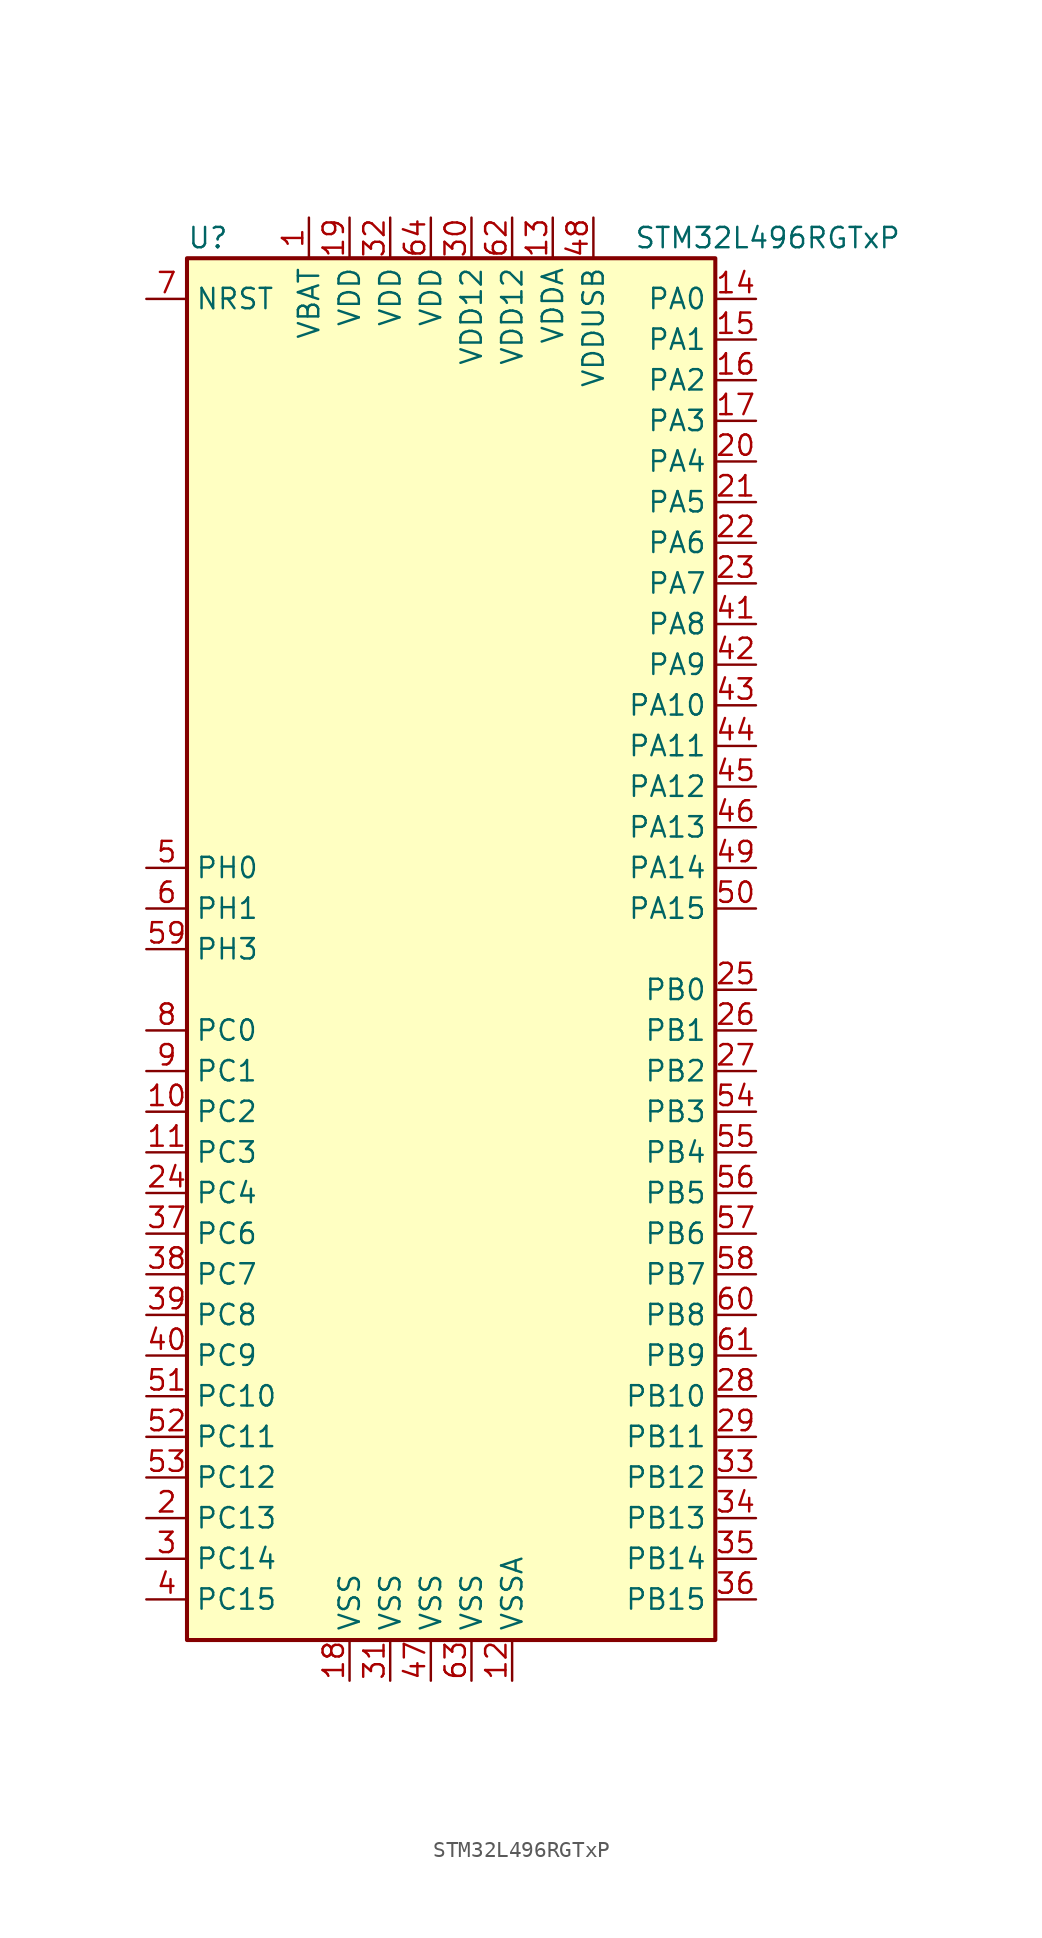
<source format=kicad_sym>
(kicad_symbol_lib
  (version 20201005)
  (generator kicad_symbol_editor)
  (symbol "MCU_ST_STM32L4:STM32L496RGTxP"
    (property "Reference" "U"
      (at -17.78 44.45 0)
      (effects (font (size 1.27 1.27)) (justify left)))
    (property "Value" "STM32L496RGTxP"
      (at 10.16 44.45 0)
      (effects (font (size 1.27 1.27)) (justify left)))
    (symbol "STM32L496RGTxP_0_1"
      (rectangle (start -17.78 -43.18) (end 15.24 43.18) (stroke (width 0.254)) (fill (type background))))
    (symbol "STM32L496RGTxP_1_1"
      (pin power_in line (at -10.16 45.72 270) (length 2.54) (name "VBAT" (effects (font (size 1.27 1.27)))) (number "1" (effects (font (size 1.27 1.27)))))
      (pin bidirectional line (at -20.32 -10.16 0) (length 2.54) (name "PC2" (effects (font (size 1.27 1.27)))) (number "10" (effects (font (size 1.27 1.27)))))
      (pin bidirectional line (at -20.32 -12.7 0) (length 2.54) (name "PC3" (effects (font (size 1.27 1.27)))) (number "11" (effects (font (size 1.27 1.27)))))
      (pin power_in line (at 2.54 -45.72 90) (length 2.54) (name "VSSA" (effects (font (size 1.27 1.27)))) (number "12" (effects (font (size 1.27 1.27)))))
      (pin power_in line (at 5.08 45.72 270) (length 2.54) (name "VDDA" (effects (font (size 1.27 1.27)))) (number "13" (effects (font (size 1.27 1.27)))))
      (pin bidirectional line (at 17.78 40.64 180) (length 2.54) (name "PA0" (effects (font (size 1.27 1.27)))) (number "14" (effects (font (size 1.27 1.27)))))
      (pin bidirectional line (at 17.78 38.1 180) (length 2.54) (name "PA1" (effects (font (size 1.27 1.27)))) (number "15" (effects (font (size 1.27 1.27)))))
      (pin bidirectional line (at 17.78 35.56 180) (length 2.54) (name "PA2" (effects (font (size 1.27 1.27)))) (number "16" (effects (font (size 1.27 1.27)))))
      (pin bidirectional line (at 17.78 33.02 180) (length 2.54) (name "PA3" (effects (font (size 1.27 1.27)))) (number "17" (effects (font (size 1.27 1.27)))))
      (pin power_in line (at -7.62 -45.72 90) (length 2.54) (name "VSS" (effects (font (size 1.27 1.27)))) (number "18" (effects (font (size 1.27 1.27)))))
      (pin power_in line (at -7.62 45.72 270) (length 2.54) (name "VDD" (effects (font (size 1.27 1.27)))) (number "19" (effects (font (size 1.27 1.27)))))
      (pin bidirectional line (at -20.32 -35.56 0) (length 2.54) (name "PC13" (effects (font (size 1.27 1.27)))) (number "2" (effects (font (size 1.27 1.27)))))
      (pin bidirectional line (at 17.78 30.48 180) (length 2.54) (name "PA4" (effects (font (size 1.27 1.27)))) (number "20" (effects (font (size 1.27 1.27)))))
      (pin bidirectional line (at 17.78 27.94 180) (length 2.54) (name "PA5" (effects (font (size 1.27 1.27)))) (number "21" (effects (font (size 1.27 1.27)))))
      (pin bidirectional line (at 17.78 25.4 180) (length 2.54) (name "PA6" (effects (font (size 1.27 1.27)))) (number "22" (effects (font (size 1.27 1.27)))))
      (pin bidirectional line (at 17.78 22.86 180) (length 2.54) (name "PA7" (effects (font (size 1.27 1.27)))) (number "23" (effects (font (size 1.27 1.27)))))
      (pin bidirectional line (at -20.32 -15.24 0) (length 2.54) (name "PC4" (effects (font (size 1.27 1.27)))) (number "24" (effects (font (size 1.27 1.27)))))
      (pin bidirectional line (at 17.78 -2.54 180) (length 2.54) (name "PB0" (effects (font (size 1.27 1.27)))) (number "25" (effects (font (size 1.27 1.27)))))
      (pin bidirectional line (at 17.78 -5.08 180) (length 2.54) (name "PB1" (effects (font (size 1.27 1.27)))) (number "26" (effects (font (size 1.27 1.27)))))
      (pin bidirectional line (at 17.78 -7.62 180) (length 2.54) (name "PB2" (effects (font (size 1.27 1.27)))) (number "27" (effects (font (size 1.27 1.27)))))
      (pin bidirectional line (at 17.78 -27.94 180) (length 2.54) (name "PB10" (effects (font (size 1.27 1.27)))) (number "28" (effects (font (size 1.27 1.27)))))
      (pin bidirectional line (at 17.78 -30.48 180) (length 2.54) (name "PB11" (effects (font (size 1.27 1.27)))) (number "29" (effects (font (size 1.27 1.27)))))
      (pin bidirectional line (at -20.32 -38.1 0) (length 2.54) (name "PC14" (effects (font (size 1.27 1.27)))) (number "3" (effects (font (size 1.27 1.27)))))
      (pin power_in line (at 0 45.72 270) (length 2.54) (name "VDD12" (effects (font (size 1.27 1.27)))) (number "30" (effects (font (size 1.27 1.27)))))
      (pin power_in line (at -5.08 -45.72 90) (length 2.54) (name "VSS" (effects (font (size 1.27 1.27)))) (number "31" (effects (font (size 1.27 1.27)))))
      (pin power_in line (at -5.08 45.72 270) (length 2.54) (name "VDD" (effects (font (size 1.27 1.27)))) (number "32" (effects (font (size 1.27 1.27)))))
      (pin bidirectional line (at 17.78 -33.02 180) (length 2.54) (name "PB12" (effects (font (size 1.27 1.27)))) (number "33" (effects (font (size 1.27 1.27)))))
      (pin bidirectional line (at 17.78 -35.56 180) (length 2.54) (name "PB13" (effects (font (size 1.27 1.27)))) (number "34" (effects (font (size 1.27 1.27)))))
      (pin bidirectional line (at 17.78 -38.1 180) (length 2.54) (name "PB14" (effects (font (size 1.27 1.27)))) (number "35" (effects (font (size 1.27 1.27)))))
      (pin bidirectional line (at 17.78 -40.64 180) (length 2.54) (name "PB15" (effects (font (size 1.27 1.27)))) (number "36" (effects (font (size 1.27 1.27)))))
      (pin bidirectional line (at -20.32 -17.78 0) (length 2.54) (name "PC6" (effects (font (size 1.27 1.27)))) (number "37" (effects (font (size 1.27 1.27)))))
      (pin bidirectional line (at -20.32 -20.32 0) (length 2.54) (name "PC7" (effects (font (size 1.27 1.27)))) (number "38" (effects (font (size 1.27 1.27)))))
      (pin bidirectional line (at -20.32 -22.86 0) (length 2.54) (name "PC8" (effects (font (size 1.27 1.27)))) (number "39" (effects (font (size 1.27 1.27)))))
      (pin bidirectional line (at -20.32 -40.64 0) (length 2.54) (name "PC15" (effects (font (size 1.27 1.27)))) (number "4" (effects (font (size 1.27 1.27)))))
      (pin bidirectional line (at -20.32 -25.4 0) (length 2.54) (name "PC9" (effects (font (size 1.27 1.27)))) (number "40" (effects (font (size 1.27 1.27)))))
      (pin bidirectional line (at 17.78 20.32 180) (length 2.54) (name "PA8" (effects (font (size 1.27 1.27)))) (number "41" (effects (font (size 1.27 1.27)))))
      (pin bidirectional line (at 17.78 17.78 180) (length 2.54) (name "PA9" (effects (font (size 1.27 1.27)))) (number "42" (effects (font (size 1.27 1.27)))))
      (pin bidirectional line (at 17.78 15.24 180) (length 2.54) (name "PA10" (effects (font (size 1.27 1.27)))) (number "43" (effects (font (size 1.27 1.27)))))
      (pin bidirectional line (at 17.78 12.7 180) (length 2.54) (name "PA11" (effects (font (size 1.27 1.27)))) (number "44" (effects (font (size 1.27 1.27)))))
      (pin bidirectional line (at 17.78 10.16 180) (length 2.54) (name "PA12" (effects (font (size 1.27 1.27)))) (number "45" (effects (font (size 1.27 1.27)))))
      (pin bidirectional line (at 17.78 7.62 180) (length 2.54) (name "PA13" (effects (font (size 1.27 1.27)))) (number "46" (effects (font (size 1.27 1.27)))))
      (pin power_in line (at -2.54 -45.72 90) (length 2.54) (name "VSS" (effects (font (size 1.27 1.27)))) (number "47" (effects (font (size 1.27 1.27)))))
      (pin power_in line (at 7.62 45.72 270) (length 2.54) (name "VDDUSB" (effects (font (size 1.27 1.27)))) (number "48" (effects (font (size 1.27 1.27)))))
      (pin bidirectional line (at 17.78 5.08 180) (length 2.54) (name "PA14" (effects (font (size 1.27 1.27)))) (number "49" (effects (font (size 1.27 1.27)))))
      (pin input line (at -20.32 5.08 0) (length 2.54) (name "PH0" (effects (font (size 1.27 1.27)))) (number "5" (effects (font (size 1.27 1.27)))))
      (pin bidirectional line (at 17.78 2.54 180) (length 2.54) (name "PA15" (effects (font (size 1.27 1.27)))) (number "50" (effects (font (size 1.27 1.27)))))
      (pin bidirectional line (at -20.32 -27.94 0) (length 2.54) (name "PC10" (effects (font (size 1.27 1.27)))) (number "51" (effects (font (size 1.27 1.27)))))
      (pin bidirectional line (at -20.32 -30.48 0) (length 2.54) (name "PC11" (effects (font (size 1.27 1.27)))) (number "52" (effects (font (size 1.27 1.27)))))
      (pin bidirectional line (at -20.32 -33.02 0) (length 2.54) (name "PC12" (effects (font (size 1.27 1.27)))) (number "53" (effects (font (size 1.27 1.27)))))
      (pin bidirectional line (at 17.78 -10.16 180) (length 2.54) (name "PB3" (effects (font (size 1.27 1.27)))) (number "54" (effects (font (size 1.27 1.27)))))
      (pin bidirectional line (at 17.78 -12.7 180) (length 2.54) (name "PB4" (effects (font (size 1.27 1.27)))) (number "55" (effects (font (size 1.27 1.27)))))
      (pin bidirectional line (at 17.78 -15.24 180) (length 2.54) (name "PB5" (effects (font (size 1.27 1.27)))) (number "56" (effects (font (size 1.27 1.27)))))
      (pin bidirectional line (at 17.78 -17.78 180) (length 2.54) (name "PB6" (effects (font (size 1.27 1.27)))) (number "57" (effects (font (size 1.27 1.27)))))
      (pin bidirectional line (at 17.78 -20.32 180) (length 2.54) (name "PB7" (effects (font (size 1.27 1.27)))) (number "58" (effects (font (size 1.27 1.27)))))
      (pin bidirectional line (at -20.32 0 0) (length 2.54) (name "PH3" (effects (font (size 1.27 1.27)))) (number "59" (effects (font (size 1.27 1.27)))))
      (pin input line (at -20.32 2.54 0) (length 2.54) (name "PH1" (effects (font (size 1.27 1.27)))) (number "6" (effects (font (size 1.27 1.27)))))
      (pin bidirectional line (at 17.78 -22.86 180) (length 2.54) (name "PB8" (effects (font (size 1.27 1.27)))) (number "60" (effects (font (size 1.27 1.27)))))
      (pin bidirectional line (at 17.78 -25.4 180) (length 2.54) (name "PB9" (effects (font (size 1.27 1.27)))) (number "61" (effects (font (size 1.27 1.27)))))
      (pin power_in line (at 2.54 45.72 270) (length 2.54) (name "VDD12" (effects (font (size 1.27 1.27)))) (number "62" (effects (font (size 1.27 1.27)))))
      (pin power_in line (at 0 -45.72 90) (length 2.54) (name "VSS" (effects (font (size 1.27 1.27)))) (number "63" (effects (font (size 1.27 1.27)))))
      (pin power_in line (at -2.54 45.72 270) (length 2.54) (name "VDD" (effects (font (size 1.27 1.27)))) (number "64" (effects (font (size 1.27 1.27)))))
      (pin input line (at -20.32 40.64 0) (length 2.54) (name "NRST" (effects (font (size 1.27 1.27)))) (number "7" (effects (font (size 1.27 1.27)))))
      (pin bidirectional line (at -20.32 -5.08 0) (length 2.54) (name "PC0" (effects (font (size 1.27 1.27)))) (number "8" (effects (font (size 1.27 1.27)))))
      (pin bidirectional line (at -20.32 -7.62 0) (length 2.54) (name "PC1" (effects (font (size 1.27 1.27)))) (number "9" (effects (font (size 1.27 1.27))))))))
</source>
